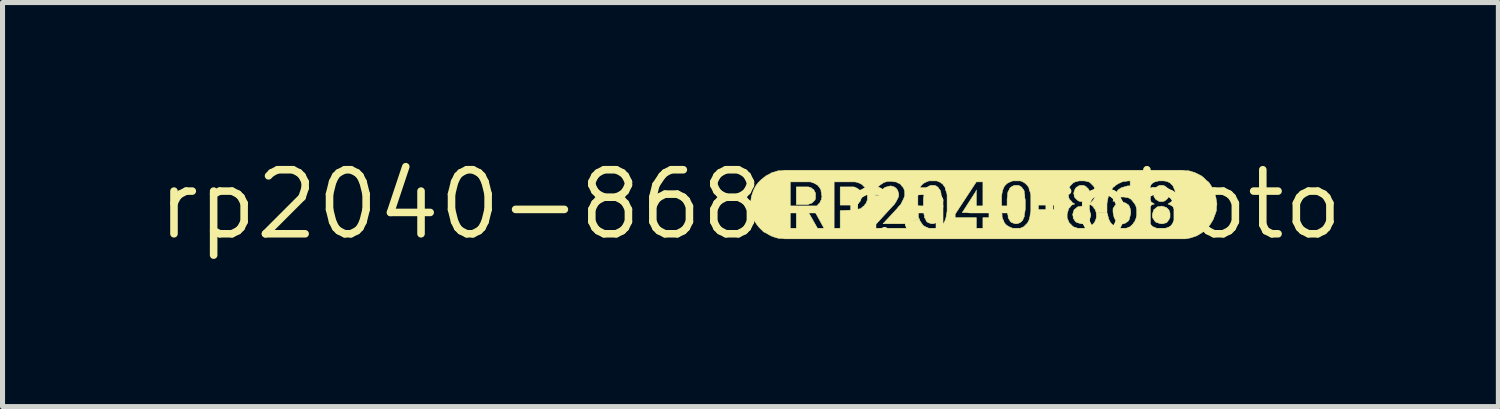
<source format=kicad_pcb>
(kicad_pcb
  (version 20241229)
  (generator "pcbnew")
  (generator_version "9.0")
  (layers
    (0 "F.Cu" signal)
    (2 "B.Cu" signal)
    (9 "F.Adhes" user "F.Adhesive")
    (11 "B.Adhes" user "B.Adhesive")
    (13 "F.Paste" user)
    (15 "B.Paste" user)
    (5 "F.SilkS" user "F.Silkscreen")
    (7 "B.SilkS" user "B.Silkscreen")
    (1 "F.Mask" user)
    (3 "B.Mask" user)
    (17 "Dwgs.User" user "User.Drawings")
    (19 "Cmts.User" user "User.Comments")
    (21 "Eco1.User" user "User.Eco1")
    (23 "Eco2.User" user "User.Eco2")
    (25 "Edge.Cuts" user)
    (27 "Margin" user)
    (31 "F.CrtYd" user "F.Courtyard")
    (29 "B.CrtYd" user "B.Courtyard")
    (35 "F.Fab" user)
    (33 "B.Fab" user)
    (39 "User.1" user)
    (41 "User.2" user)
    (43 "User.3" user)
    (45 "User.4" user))
  (footprint "rp2040-868-ca-roboto"
    (layer "F.Cu")
    (at 11.83 1.006)
    (property "Reference" "rp2040-868-ca-roboto" (at 0 0 0) (layer "F.SilkS") (effects (font (size 1.27 1.27) (thickness 0.15))))
    (attr board_only exclude_from_pos_files exclude_from_bom)
    (fp_poly (pts (xy 4.2 0.16) (xy 4.48 0.16) (xy 4.48 -0.29) (xy 4.47 -0.26) (xy 4.2 0.16)) (stroke (width 0.01) (type solid)) (fill yes) (layer "F.SilkS"))
    (fp_poly (pts (xy 0.91 0) (xy 1.1 0) (xy 1.14 0) (xy 1.16 -0.01) (xy 1.19 -0.02) (xy 1.22 -0.03) (xy 1.24 -0.05) (xy 1.26 -0.07) (xy 1.28 -0.09) (xy 1.29 -0.12) (xy 1.29 -0.15) (xy 1.29 -0.2) (xy 1.29 -0.23) (xy 1.27 -0.26) (xy 1.26 -0.29) (xy 1.23 -0.31) (xy 1.21 -0.33) (xy 1.18 -0.34) (xy 1.15 -0.35) (xy 1.1 -0.35) (xy 0.91 -0.35) (xy 0.91 0)) (stroke (width 0.01) (type solid)) (fill yes) (layer "F.SilkS"))
    (fp_poly (pts (xy 1.78 0.01) (xy 2 0.01) (xy 2.04 0.01) (xy 2.07 0.01) (xy 2.09 0) (xy 2.12 -0.01) (xy 2.14 -0.02) (xy 2.16 -0.05) (xy 2.18 -0.07) (xy 2.19 -0.1) (xy 2.2 -0.14) (xy 2.2 -0.18) (xy 2.2 -0.22) (xy 2.19 -0.25) (xy 2.17 -0.28) (xy 2.15 -0.3) (xy 2.12 -0.32) (xy 2.08 -0.34) (xy 2.05 -0.35) (xy 2 -0.35) (xy 1.78 -0.35) (xy 1.78 0.01)) (stroke (width 0.01) (type solid)) (fill yes) (layer "F.SilkS"))
    (fp_poly (pts (xy 6.57 -0.38) (xy 6.54 -0.38) (xy 6.51 -0.37) (xy 6.48 -0.35) (xy 6.46 -0.34) (xy 6.44 -0.31) (xy 6.43 -0.29) (xy 6.42 -0.26) (xy 6.41 -0.22) (xy 6.42 -0.19) (xy 6.42 -0.16) (xy 6.44 -0.13) (xy 6.46 -0.11) (xy 6.48 -0.09) (xy 6.51 -0.07) (xy 6.54 -0.06) (xy 6.57 -0.06) (xy 6.6 -0.06) (xy 6.63 -0.07) (xy 6.66 -0.09) (xy 6.68 -0.11) (xy 6.7 -0.13) (xy 6.72 -0.16) (xy 6.72 -0.19) (xy 6.73 -0.22) (xy 6.72 -0.25) (xy 6.72 -0.28) (xy 6.7 -0.31) (xy 6.68 -0.33) (xy 6.66 -0.35) (xy 6.63 -0.37) (xy 6.6 -0.38) (xy 6.57 -0.38)) (stroke (width 0.01) (type solid)) (fill yes) (layer "F.SilkS"))
    (fp_poly (pts (xy 6.75 0.21) (xy 6.74 0.17) (xy 6.73 0.14) (xy 6.72 0.11) (xy 6.7 0.09) (xy 6.67 0.06) (xy 6.64 0.05) (xy 6.61 0.04) (xy 6.57 0.03) (xy 6.54 0.04) (xy 6.5 0.04) (xy 6.47 0.06) (xy 6.45 0.08) (xy 6.42 0.1) (xy 6.41 0.13) (xy 6.4 0.16) (xy 6.39 0.2) (xy 6.4 0.24) (xy 6.4 0.27) (xy 6.42 0.3) (xy 6.44 0.33) (xy 6.46 0.35) (xy 6.49 0.36) (xy 6.52 0.37) (xy 6.56 0.38) (xy 6.6 0.38) (xy 6.64 0.37) (xy 6.67 0.36) (xy 6.69 0.34) (xy 6.72 0.31) (xy 6.73 0.28) (xy 6.74 0.25) (xy 6.75 0.21)) (stroke (width 0.01) (type solid)) (fill yes) (layer "F.SilkS"))
    (fp_poly (pts (xy 8.15 -0.38) (xy 8.12 -0.38) (xy 8.09 -0.37) (xy 8.06 -0.35) (xy 8.04 -0.34) (xy 8.02 -0.31) (xy 8 -0.29) (xy 8 -0.26) (xy 7.99 -0.22) (xy 8 -0.19) (xy 8 -0.16) (xy 8.02 -0.13) (xy 8.03 -0.11) (xy 8.06 -0.09) (xy 8.09 -0.07) (xy 8.12 -0.06) (xy 8.15 -0.06) (xy 8.18 -0.06) (xy 8.21 -0.07) (xy 8.24 -0.09) (xy 8.26 -0.11) (xy 8.28 -0.13) (xy 8.29 -0.16) (xy 8.3 -0.19) (xy 8.3 -0.22) (xy 8.3 -0.25) (xy 8.29 -0.28) (xy 8.28 -0.31) (xy 8.26 -0.33) (xy 8.24 -0.35) (xy 8.21 -0.37) (xy 8.18 -0.38) (xy 8.15 -0.38)) (stroke (width 0.01) (type solid)) (fill yes) (layer "F.SilkS"))
    (fp_poly (pts (xy 8.32 0.21) (xy 8.32 0.17) (xy 8.31 0.14) (xy 8.3 0.11) (xy 8.28 0.09) (xy 8.25 0.06) (xy 8.22 0.05) (xy 8.19 0.04) (xy 8.15 0.03) (xy 8.12 0.04) (xy 8.08 0.04) (xy 8.05 0.06) (xy 8.03 0.08) (xy 8 0.1) (xy 7.99 0.13) (xy 7.98 0.16) (xy 7.97 0.2) (xy 7.97 0.24) (xy 7.98 0.27) (xy 8 0.3) (xy 8.02 0.33) (xy 8.04 0.35) (xy 8.07 0.36) (xy 8.1 0.37) (xy 8.14 0.38) (xy 8.18 0.38) (xy 8.21 0.37) (xy 8.25 0.36) (xy 8.27 0.34) (xy 8.29 0.31) (xy 8.31 0.28) (xy 8.32 0.25) (xy 8.32 0.21)) (stroke (width 0.01) (type solid)) (fill yes) (layer "F.SilkS"))
    (fp_poly (pts (xy 7.38 -0.05) (xy 7.35 -0.05) (xy 7.32 -0.04) (xy 7.29 -0.03) (xy 7.27 -0.01) (xy 7.24 0.01) (xy 7.22 0.03) (xy 7.21 0.05) (xy 7.19 0.08) (xy 7.19 0.15) (xy 7.2 0.2) (xy 7.21 0.25) (xy 7.23 0.29) (xy 7.24 0.31) (xy 7.26 0.33) (xy 7.28 0.34) (xy 7.29 0.36) (xy 7.31 0.37) (xy 7.33 0.37) (xy 7.35 0.38) (xy 7.37 0.38) (xy 7.4 0.38) (xy 7.43 0.37) (xy 7.46 0.35) (xy 7.49 0.33) (xy 7.51 0.3) (xy 7.52 0.26) (xy 7.53 0.22) (xy 7.54 0.17) (xy 7.54 0.13) (xy 7.53 0.08) (xy 7.52 0.05) (xy 7.5 0.01) (xy 7.47 -0.01) (xy 7.44 -0.03) (xy 7.41 -0.04) (xy 7.38 -0.05)) (stroke (width 0.01) (type solid)) (fill yes) (layer "F.SilkS"))
    (fp_poly (pts (xy 3.79 -0.09) (xy 3.79 -0.14) (xy 3.78 -0.19) (xy 3.78 -0.22) (xy 3.77 -0.26) (xy 3.76 -0.29) (xy 3.74 -0.31) (xy 3.73 -0.33) (xy 3.71 -0.35) (xy 3.68 -0.37) (xy 3.65 -0.38) (xy 3.62 -0.38) (xy 3.58 -0.38) (xy 3.55 -0.37) (xy 3.53 -0.36) (xy 3.5 -0.34) (xy 3.48 -0.32) (xy 3.47 -0.29) (xy 3.45 -0.26) (xy 3.44 -0.22) (xy 3.44 -0.18) (xy 3.43 -0.11) (xy 3.43 0.09) (xy 3.44 0.14) (xy 3.44 0.19) (xy 3.45 0.22) (xy 3.45 0.26) (xy 3.47 0.28) (xy 3.48 0.31) (xy 3.49 0.33) (xy 3.51 0.35) (xy 3.53 0.36) (xy 3.56 0.37) (xy 3.59 0.38) (xy 3.62 0.38) (xy 3.66 0.37) (xy 3.68 0.36) (xy 3.71 0.35) (xy 3.73 0.33) (xy 3.74 0.31) (xy 3.76 0.28) (xy 3.77 0.24) (xy 3.77 0.2) (xy 3.78 0.16) (xy 3.79 0.09) (xy 3.79 -0.09)) (stroke (width 0.01) (type solid)) (fill yes) (layer "F.SilkS"))
    (fp_poly (pts (xy 5.45 -0.09) (xy 5.44 -0.14) (xy 5.44 -0.19) (xy 5.43 -0.22) (xy 5.43 -0.26) (xy 5.42 -0.29) (xy 5.4 -0.31) (xy 5.39 -0.33) (xy 5.37 -0.35) (xy 5.34 -0.37) (xy 5.31 -0.38) (xy 5.28 -0.38) (xy 5.24 -0.38) (xy 5.21 -0.37) (xy 5.19 -0.36) (xy 5.16 -0.34) (xy 5.14 -0.32) (xy 5.13 -0.29) (xy 5.11 -0.26) (xy 5.1 -0.22) (xy 5.1 -0.18) (xy 5.09 -0.11) (xy 5.09 0.09) (xy 5.1 0.14) (xy 5.1 0.19) (xy 5.11 0.22) (xy 5.11 0.26) (xy 5.12 0.28) (xy 5.14 0.31) (xy 5.15 0.33) (xy 5.17 0.35) (xy 5.19 0.36) (xy 5.22 0.37) (xy 5.25 0.38) (xy 5.28 0.38) (xy 5.32 0.37) (xy 5.34 0.36) (xy 5.36 0.35) (xy 5.38 0.33) (xy 5.4 0.31) (xy 5.41 0.28) (xy 5.43 0.24) (xy 5.43 0.2) (xy 5.44 0.16) (xy 5.45 0.09) (xy 5.45 -0.09)) (stroke (width 0.01) (type solid)) (fill yes) (layer "F.SilkS"))
    (fp_poly (pts (xy 0.68 -0.68) (xy 0.61 -0.67) (xy 0.55 -0.67) (xy 0.49 -0.65) (xy 0.42 -0.63) (xy 0.37 -0.6) (xy 0.31 -0.57) (xy 0.26 -0.53) (xy 0.21 -0.49) (xy 0.16 -0.44) (xy 0.12 -0.39) (xy 0.09 -0.34) (xy 0.06 -0.28) (xy 0.04 -0.22) (xy 0.02 -0.16) (xy 0.01 -0.09) (xy 0 -0.03) (xy 0 0.04) (xy 0.01 0.1) (xy 0.02 0.16) (xy 0.04 0.23) (xy 0.06 0.29) (xy 0.09 0.34) (xy 0.13 0.4) (xy 0.17 0.45) (xy 0.21 0.49) (xy 0.26 0.54) (xy 0.32 0.57) (xy 0.37 0.6) (xy 0.43 0.63) (xy 0.49 0.65) (xy 0.56 0.67) (xy 0.62 0.67) (xy 0.68 0.68) (xy 0.79 0.47) (xy 0.79 -0.45) (xy 1.1 -0.45) (xy 1.15 -0.45) (xy 1.19 -0.45) (xy 1.25 -0.43) (xy 1.27 -0.42) (xy 1.29 -0.41) (xy 1.32 -0.39) (xy 1.34 -0.38) (xy 1.35 -0.36) (xy 1.37 -0.34) (xy 1.38 -0.32) (xy 1.4 -0.29) (xy 1.4 -0.26) (xy 1.41 -0.23) (xy 1.41 -0.19) (xy 1.42 -0.16) (xy 1.41 -0.13) (xy 1.41 -0.1) (xy 1.39 -0.07) (xy 1.38 -0.04) (xy 1.36 -0.02) (xy 1.34 0) (xy 1.32 0.03) (xy 1.3 0.04) (xy 1.27 0.06) (xy 1.24 0.07) (xy 1.46 0.47) (xy 1.66 0.47) (xy 1.66 -0.45) (xy 2 -0.45) (xy 2.07 -0.45) (xy 2.12 -0.44) (xy 2.17 -0.42) (xy 2.21 -0.4) (xy 2.24 -0.37) (xy 2.26 -0.35) (xy 2.28 -0.33) (xy 2.29 -0.31) (xy 2.3 -0.29) (xy 2.31 -0.27) (xy 2.32 -0.24) (xy 2.32 -0.21) (xy 2.32 -0.18) (xy 2.48 -0.18) (xy 2.48 -0.22) (xy 2.49 -0.25) (xy 2.5 -0.29) (xy 2.51 -0.32) (xy 2.53 -0.35) (xy 2.56 -0.38) (xy 2.59 -0.4) (xy 2.62 -0.42) (xy 2.65 -0.44) (xy 2.69 -0.45) (xy 2.72 -0.46) (xy 2.76 -0.46) (xy 2.81 -0.46) (xy 2.85 -0.45) (xy 2.89 -0.45) (xy 2.92 -0.43) (xy 2.95 -0.42) (xy 2.98 -0.4) (xy 3 -0.37) (xy 3.02 -0.35) (xy 3.04 -0.32) (xy 3.05 -0.29) (xy 3.06 -0.26) (xy 3.06 -0.22) (xy 3.06 -0.2) (xy 3.06 -0.17) (xy 3.05 -0.15) (xy 3.04 -0.12) (xy 3.01 -0.06) (xy 2.98 0) (xy 2.94 0.04) (xy 2.9 0.09) (xy 2.63 0.38) (xy 3.1 0.38) (xy 3.34 0.28) (xy 3.33 0.24) (xy 3.33 0.2) (xy 3.32 0.15) (xy 3.32 0.09) (xy 3.32 -0.12) (xy 3.32 -0.17) (xy 3.33 -0.23) (xy 3.34 -0.28) (xy 3.36 -0.33) (xy 3.38 -0.37) (xy 3.41 -0.4) (xy 3.43 -0.42) (xy 3.45 -0.43) (xy 3.47 -0.44) (xy 3.49 -0.45) (xy 3.52 -0.46) (xy 3.54 -0.47) (xy 3.57 -0.47) (xy 3.6 -0.47) (xy 3.63 -0.47) (xy 3.66 -0.47) (xy 3.69 -0.47) (xy 3.72 -0.46) (xy 3.74 -0.45) (xy 3.77 -0.44) (xy 3.79 -0.42) (xy 3.81 -0.41) (xy 3.83 -0.38) (xy 3.86 -0.34) (xy 3.87 -0.29) (xy 3.89 -0.24) (xy 3.9 -0.19) (xy 3.9 -0.13) (xy 3.9 0.07) (xy 3.9 0.13) (xy 3.89 0.19) (xy 4.06 0.19) (xy 4.48 -0.45) (xy 4.61 -0.45) (xy 4.61 0.16) (xy 4.73 0.16) (xy 4.98 0.14) (xy 4.98 0.09) (xy 4.98 -0.12) (xy 4.98 -0.17) (xy 4.99 -0.23) (xy 5 -0.28) (xy 5.02 -0.33) (xy 5.04 -0.37) (xy 5.07 -0.4) (xy 5.09 -0.42) (xy 5.11 -0.43) (xy 5.13 -0.44) (xy 5.15 -0.45) (xy 5.18 -0.46) (xy 5.2 -0.47) (xy 5.23 -0.47) (xy 5.26 -0.47) (xy 5.29 -0.47) (xy 5.32 -0.47) (xy 5.35 -0.47) (xy 5.38 -0.46) (xy 5.4 -0.45) (xy 5.42 -0.44) (xy 5.45 -0.42) (xy 5.46 -0.41) (xy 5.49 -0.38) (xy 5.52 -0.34) (xy 5.53 -0.29) (xy 5.55 -0.24) (xy 5.56 -0.19) (xy 5.56 -0.13) (xy 5.56 0.07) (xy 5.71 0.1) (xy 5.71 0.01) (xy 6.02 0.01) (xy 6.02 0.1) (xy 6.29 0.15) (xy 6.3 0.12) (xy 6.31 0.08) (xy 6.34 0.05) (xy 6.36 0.02) (xy 6.39 0) (xy 6.43 -0.01) (xy 6.4 -0.03) (xy 6.38 -0.04) (xy 6.37 -0.06) (xy 6.35 -0.08) (xy 6.33 -0.1) (xy 6.32 -0.12) (xy 6.31 -0.14) (xy 6.31 -0.17) (xy 6.3 -0.19) (xy 6.3 -0.22) (xy 6.3 -0.25) (xy 6.3 -0.28) (xy 6.31 -0.3) (xy 6.32 -0.33) (xy 6.33 -0.35) (xy 6.34 -0.37) (xy 6.37 -0.4) (xy 6.4 -0.43) (xy 6.44 -0.45) (xy 6.48 -0.46) (xy 6.52 -0.47) (xy 6.57 -0.47) (xy 6.62 -0.47) (xy 6.67 -0.46) (xy 6.71 -0.45) (xy 6.74 -0.43) (xy 6.77 -0.4) (xy 6.8 -0.37) (xy 6.82 -0.34) (xy 6.83 -0.3) (xy 6.84 -0.27) (xy 6.84 -0.22) (xy 6.84 -0.19) (xy 6.83 -0.16) (xy 6.82 -0.13) (xy 6.81 -0.11) (xy 6.79 -0.08) (xy 6.76 -0.05) (xy 6.74 -0.03) (xy 6.71 -0.01) (xy 6.73 0) (xy 6.76 0.01) (xy 6.78 0.03) (xy 6.8 0.04) (xy 6.81 0.07) (xy 6.83 0.09) (xy 6.84 0.11) (xy 6.85 0.14) (xy 6.86 0.17) (xy 7.07 0.15) (xy 7.07 0.11) (xy 7.07 0.03) (xy 7.07 -0.02) (xy 7.08 -0.08) (xy 7.09 -0.13) (xy 7.1 -0.17) (xy 7.12 -0.21) (xy 7.13 -0.24) (xy 7.15 -0.28) (xy 7.17 -0.31) (xy 7.19 -0.34) (xy 7.22 -0.36) (xy 7.24 -0.38) (xy 7.27 -0.4) (xy 7.3 -0.42) (xy 7.33 -0.43) (xy 7.37 -0.45) (xy 7.41 -0.46) (xy 7.44 -0.46) (xy 7.49 -0.47) (xy 7.53 -0.47) (xy 7.53 -0.37) (xy 7.48 -0.37) (xy 7.45 -0.36) (xy 7.41 -0.35) (xy 7.38 -0.34) (xy 7.35 -0.33) (xy 7.32 -0.31) (xy 7.29 -0.29) (xy 7.27 -0.26) (xy 7.24 -0.22) (xy 7.22 -0.17) (xy 7.2 -0.12) (xy 7.19 -0.06) (xy 7.23 -0.09) (xy 7.26 -0.12) (xy 7.31 -0.14) (xy 7.35 -0.15) (xy 7.41 -0.15) (xy 7.45 -0.14) (xy 7.48 -0.14) (xy 7.5 -0.13) (xy 7.52 -0.12) (xy 7.54 -0.11) (xy 7.57 -0.08) (xy 7.6 -0.04) (xy 7.63 0) (xy 7.65 0.05) (xy 7.66 0.1) (xy 7.66 0.15) (xy 7.66 0.21) (xy 7.86 0.23) (xy 7.86 0.19) (xy 7.86 0.15) (xy 7.88 0.12) (xy 7.89 0.08) (xy 7.92 0.05) (xy 7.94 0.02) (xy 7.97 0) (xy 8.01 -0.01) (xy 7.98 -0.03) (xy 7.96 -0.04) (xy 7.94 -0.06) (xy 7.93 -0.08) (xy 7.91 -0.1) (xy 7.9 -0.12) (xy 7.89 -0.14) (xy 7.88 -0.17) (xy 7.88 -0.19) (xy 7.88 -0.22) (xy 7.88 -0.25) (xy 7.88 -0.28) (xy 7.89 -0.3) (xy 7.9 -0.33) (xy 7.91 -0.35) (xy 7.92 -0.37) (xy 7.95 -0.4) (xy 7.98 -0.43) (xy 8.02 -0.45) (xy 8.06 -0.46) (xy 8.1 -0.47) (xy 8.15 -0.47) (xy 8.2 -0.47) (xy 8.25 -0.46) (xy 8.28 -0.45) (xy 8.32 -0.43) (xy 8.35 -0.4) (xy 8.38 -0.37) (xy 8.39 -0.34) (xy 8.41 -0.3) (xy 8.42 -0.27) (xy 8.42 -0.22) (xy 8.42 -0.19) (xy 8.41 -0.16) (xy 8.4 -0.13) (xy 8.39 -0.11) (xy 8.37 -0.08) (xy 8.34 -0.05) (xy 8.31 -0.03) (xy 8.28 -0.01) (xy 8.31 0) (xy 8.33 0.01) (xy 8.36 0.03) (xy 8.38 0.04) (xy 8.39 0.07) (xy 8.41 0.09) (xy 8.42 0.11) (xy 8.43 0.14) (xy 8.44 0.17) (xy 8.44 0.2) (xy 8.44 0.23) (xy 8.44 0.26) (xy 8.43 0.29) (xy 8.42 0.32) (xy 8.41 0.34) (xy 8.39 0.36) (xy 8.38 0.38) (xy 8.36 0.4) (xy 8.34 0.42) (xy 8.31 0.44) (xy 8.29 0.45) (xy 8.26 0.46) (xy 8.23 0.47) (xy 8.2 0.47) (xy 8.17 0.47) (xy 8.13 0.47) (xy 8.1 0.47) (xy 8.06 0.47) (xy 8.03 0.46) (xy 8.01 0.45) (xy 7.98 0.44) (xy 7.96 0.42) (xy 7.94 0.4) (xy 7.92 0.38) (xy 7.9 0.36) (xy 7.89 0.34) (xy 7.87 0.31) (xy 7.87 0.29) (xy 7.86 0.26) (xy 7.86 0.23) (xy 7.66 0.21) (xy 7.65 0.26) (xy 7.64 0.29) (xy 7.63 0.31) (xy 7.62 0.34) (xy 7.6 0.36) (xy 7.59 0.38) (xy 7.57 0.4) (xy 7.55 0.42) (xy 7.53 0.44) (xy 7.5 0.45) (xy 7.48 0.46) (xy 7.45 0.47) (xy 7.42 0.47) (xy 7.39 0.47) (xy 7.36 0.47) (xy 7.33 0.47) (xy 7.3 0.47) (xy 7.27 0.46) (xy 7.24 0.44) (xy 7.21 0.42) (xy 7.18 0.4) (xy 7.15 0.37) (xy 7.13 0.34) (xy 7.11 0.3) (xy 7.1 0.27) (xy 7.09 0.23) (xy 7.08 0.19) (xy 7.07 0.16) (xy 6.86 0.17) (xy 6.86 0.2) (xy 6.86 0.23) (xy 6.86 0.26) (xy 6.85 0.29) (xy 6.84 0.32) (xy 6.83 0.34) (xy 6.82 0.36) (xy 6.8 0.38) (xy 6.78 0.4) (xy 6.76 0.42) (xy 6.73 0.44) (xy 6.71 0.45) (xy 6.68 0.46) (xy 6.65 0.47) (xy 6.62 0.47) (xy 6.59 0.47) (xy 6.55 0.47) (xy 6.52 0.47) (xy 6.49 0.47) (xy 6.46 0.46) (xy 6.43 0.45) (xy 6.4 0.44) (xy 6.38 0.42) (xy 6.36 0.4) (xy 6.34 0.38) (xy 6.32 0.36) (xy 6.31 0.34) (xy 6.3 0.31) (xy 6.29 0.29) (xy 6.28 0.26) (xy 6.28 0.23) (xy 6.28 0.19) (xy 6.29 0.15) (xy 6.02 0.1) (xy 5.71 0.1) (xy 5.56 0.07) (xy 5.56 0.13) (xy 5.55 0.19) (xy 5.54 0.25) (xy 5.53 0.29) (xy 5.51 0.34) (xy 5.49 0.37) (xy 5.46 0.4) (xy 5.43 0.43) (xy 5.42 0.44) (xy 5.4 0.45) (xy 5.35 0.47) (xy 5.3 0.47) (xy 5.24 0.47) (xy 5.2 0.47) (xy 5.15 0.45) (xy 5.11 0.43) (xy 5.08 0.41) (xy 5.05 0.38) (xy 5.03 0.35) (xy 5.02 0.32) (xy 5 0.28) (xy 4.99 0.24) (xy 4.99 0.2) (xy 4.98 0.15) (xy 4.73 0.16) (xy 4.73 0.26) (xy 4.61 0.26) (xy 4.61 0.47) (xy 4.48 0.47) (xy 4.48 0.26) (xy 4.06 0.26) (xy 4.06 0.19) (xy 3.89 0.19) (xy 3.88 0.25) (xy 3.87 0.29) (xy 3.85 0.34) (xy 3.83 0.37) (xy 3.8 0.4) (xy 3.77 0.43) (xy 3.76 0.44) (xy 3.74 0.45) (xy 3.69 0.47) (xy 3.64 0.47) (xy 3.59 0.47) (xy 3.54 0.47) (xy 3.49 0.45) (xy 3.45 0.43) (xy 3.42 0.41) (xy 3.4 0.38) (xy 3.38 0.35) (xy 3.36 0.32) (xy 3.35 0.28) (xy 3.1 0.38) (xy 3.1 0.47) (xy 2.49 0.47) (xy 2.49 0.39) (xy 2.82 0.03) (xy 2.85 0) (xy 2.89 -0.06) (xy 2.91 -0.1) (xy 2.93 -0.14) (xy 2.94 -0.17) (xy 2.94 -0.21) (xy 2.93 -0.25) (xy 2.92 -0.28) (xy 2.9 -0.31) (xy 2.88 -0.33) (xy 2.85 -0.35) (xy 2.82 -0.36) (xy 2.78 -0.37) (xy 2.74 -0.36) (xy 2.7 -0.35) (xy 2.67 -0.34) (xy 2.64 -0.32) (xy 2.62 -0.29) (xy 2.61 -0.26) (xy 2.6 -0.22) (xy 2.59 -0.18) (xy 2.48 -0.18) (xy 2.32 -0.18) (xy 2.32 -0.15) (xy 2.32 -0.12) (xy 2.32 -0.09) (xy 2.31 -0.07) (xy 2.3 -0.04) (xy 2.29 -0.02) (xy 2.27 0) (xy 2.26 0.02) (xy 2.22 0.05) (xy 2.19 0.08) (xy 2.14 0.09) (xy 2.1 0.11) (xy 2.06 0.11) (xy 2.02 0.11) (xy 1.78 0.12) (xy 1.78 0.47) (xy 1.66 0.47) (xy 1.46 0.47) (xy 1.33 0.47) (xy 1.12 0.1) (xy 0.91 0.1) (xy 0.91 0.47) (xy 0.79 0.47) (xy 0.68 0.68) (xy 8.57 0.68) (xy 8.62 0.68) (xy 8.68 0.67) (xy 8.73 0.66) (xy 8.79 0.64) (xy 8.85 0.62) (xy 8.9 0.59) (xy 8.95 0.56) (xy 9 0.52) (xy 9.04 0.48) (xy 9.08 0.44) (xy 9.12 0.39) (xy 9.15 0.34) (xy 9.18 0.29) (xy 9.2 0.23) (xy 9.22 0.18) (xy 9.24 0.12) (xy 9.24 0.06) (xy 9.25 -0.01) (xy 9.24 -0.07) (xy 9.23 -0.14) (xy 9.21 -0.2) (xy 9.19 -0.27) (xy 9.16 -0.33) (xy 9.13 -0.38) (xy 9.09 -0.44) (xy 9.04 -0.48) (xy 8.99 -0.53) (xy 8.94 -0.57) (xy 8.88 -0.6) (xy 8.82 -0.63) (xy 8.76 -0.65) (xy 8.69 -0.67) (xy 8.63 -0.67) (xy 8.57 -0.68) (xy 0.68 -0.68)) (stroke (width 0.01) (type solid)) (fill yes) (layer "F.SilkS")))
  (gr_rect
    (start -3 -3)
    (end 26.661 5.012)
    (stroke (width 0.1) (type default))
    (fill no)
    (layer "Edge.Cuts")))
</source>
